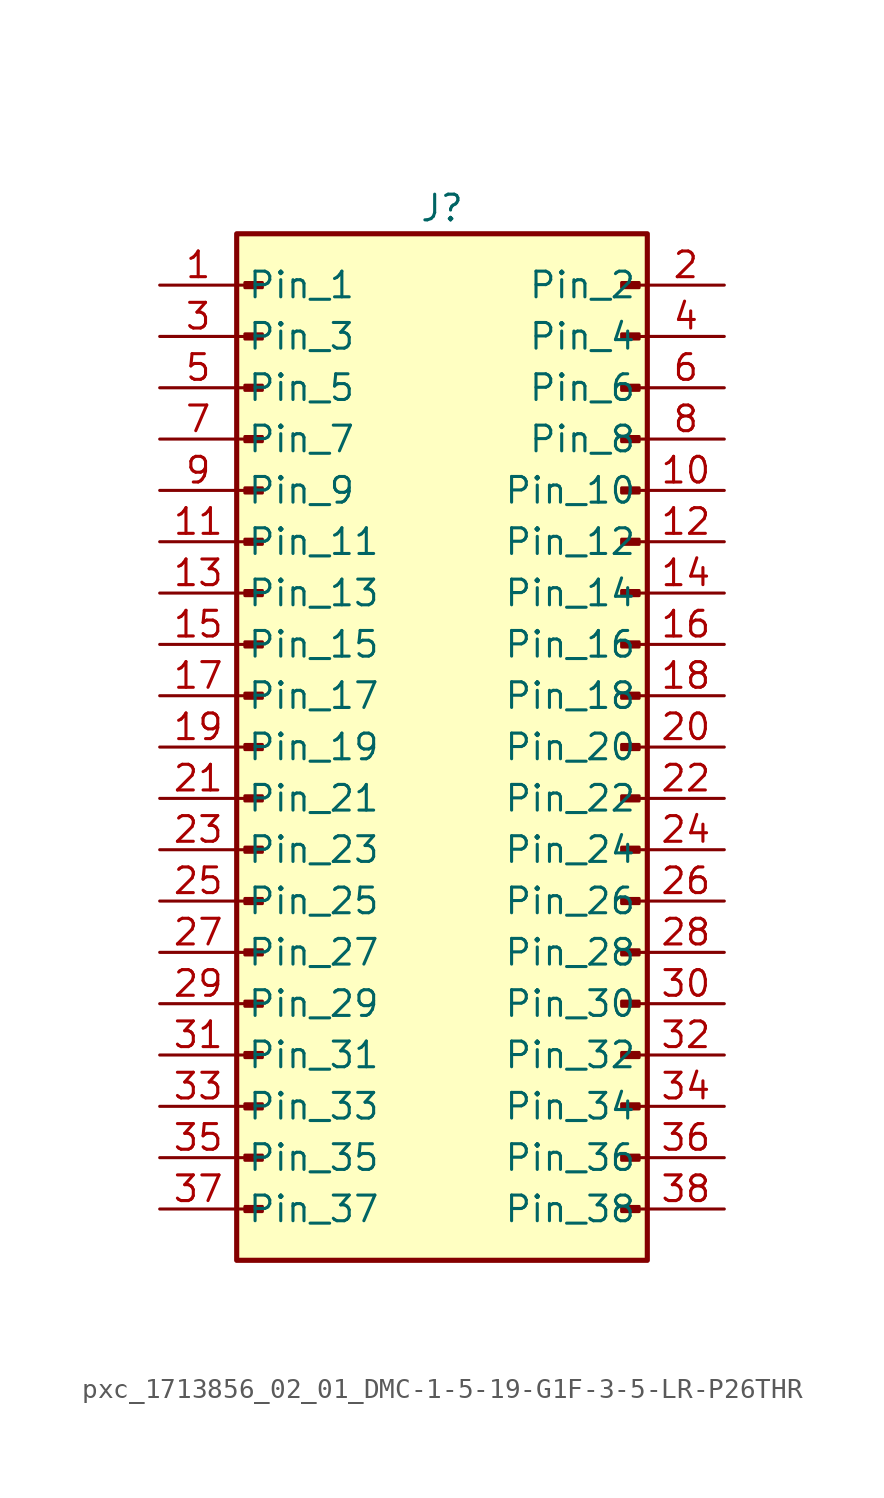
<source format=kicad_sym>
(kicad_symbol_lib
  (version 20241209)
  (generator "kicad_symbol_editor")
  (generator_version "9.0")
  (symbol "pxc_1713856_02_01_DMC-1-5-19-G1F-3-5-LR-P26THR"
    (property "Reference" "J"
      (at 0 0 0)
      (effects (font (size 1.27 1.27))))
    (property "Value" ""
      (at 0 0 0)
      (effects (font (size 1.27 1.27))))
    (symbol "pxc_1713856_02_01_DMC-1-5-19-G1F-3-5-LR-P26THR_0_1"
      (rectangle (start -10.16 -1.27) (end 10.16 -52.07) (stroke (width 0.254) (type default)) (fill (type background))))
    (symbol "pxc_1713856_02_01_DMC-1-5-19-G1F-3-5-LR-P26THR_1_1"
      (polyline (pts (xy -10.16 -3.81) (xy -9.754 -3.81)) (stroke (width 0.152) (type default)) (fill (type none)))
      (polyline (pts (xy -10.16 -6.35) (xy -9.754 -6.35)) (stroke (width 0.152) (type default)) (fill (type none)))
      (polyline (pts (xy -10.16 -8.89) (xy -9.754 -8.89)) (stroke (width 0.152) (type default)) (fill (type none)))
      (polyline (pts (xy -10.16 -11.43) (xy -9.754 -11.43)) (stroke (width 0.152) (type default)) (fill (type none)))
      (polyline (pts (xy -10.16 -13.97) (xy -9.754 -13.97)) (stroke (width 0.152) (type default)) (fill (type none)))
      (polyline (pts (xy -10.16 -16.51) (xy -9.754 -16.51)) (stroke (width 0.152) (type default)) (fill (type none)))
      (polyline (pts (xy -10.16 -19.05) (xy -9.754 -19.05)) (stroke (width 0.152) (type default)) (fill (type none)))
      (polyline (pts (xy -10.16 -21.59) (xy -9.754 -21.59)) (stroke (width 0.152) (type default)) (fill (type none)))
      (polyline (pts (xy -10.16 -24.13) (xy -9.754 -24.13)) (stroke (width 0.152) (type default)) (fill (type none)))
      (polyline (pts (xy -10.16 -26.67) (xy -9.754 -26.67)) (stroke (width 0.152) (type default)) (fill (type none)))
      (polyline (pts (xy -10.16 -29.21) (xy -9.754 -29.21)) (stroke (width 0.152) (type default)) (fill (type none)))
      (polyline (pts (xy -10.16 -31.75) (xy -9.754 -31.75)) (stroke (width 0.152) (type default)) (fill (type none)))
      (polyline (pts (xy -10.16 -34.29) (xy -9.754 -34.29)) (stroke (width 0.152) (type default)) (fill (type none)))
      (polyline (pts (xy -10.16 -36.83) (xy -9.754 -36.83)) (stroke (width 0.152) (type default)) (fill (type none)))
      (polyline (pts (xy -10.16 -39.37) (xy -9.754 -39.37)) (stroke (width 0.152) (type default)) (fill (type none)))
      (polyline (pts (xy -10.16 -41.91) (xy -9.754 -41.91)) (stroke (width 0.152) (type default)) (fill (type none)))
      (polyline (pts (xy -10.16 -44.45) (xy -9.754 -44.45)) (stroke (width 0.152) (type default)) (fill (type none)))
      (polyline (pts (xy -10.16 -46.99) (xy -9.754 -46.99)) (stroke (width 0.152) (type default)) (fill (type none)))
      (polyline (pts (xy -10.16 -49.53) (xy -9.754 -49.53)) (stroke (width 0.152) (type default)) (fill (type none)))
      (rectangle (start -9.754 -3.683) (end -8.89 -3.937) (stroke (width 0.152) (type default)) (fill (type outline)))
      (rectangle (start -9.754 -6.223) (end -8.89 -6.477) (stroke (width 0.152) (type default)) (fill (type outline)))
      (rectangle (start -9.754 -8.763) (end -8.89 -9.017) (stroke (width 0.152) (type default)) (fill (type outline)))
      (rectangle (start -9.754 -11.303) (end -8.89 -11.557) (stroke (width 0.152) (type default)) (fill (type outline)))
      (rectangle (start -9.754 -13.843) (end -8.89 -14.097) (stroke (width 0.152) (type default)) (fill (type outline)))
      (rectangle (start -9.754 -16.383) (end -8.89 -16.637) (stroke (width 0.152) (type default)) (fill (type outline)))
      (rectangle (start -9.754 -18.923) (end -8.89 -19.177) (stroke (width 0.152) (type default)) (fill (type outline)))
      (rectangle (start -9.754 -21.463) (end -8.89 -21.717) (stroke (width 0.152) (type default)) (fill (type outline)))
      (rectangle (start -9.754 -24.003) (end -8.89 -24.257) (stroke (width 0.152) (type default)) (fill (type outline)))
      (rectangle (start -9.754 -26.543) (end -8.89 -26.797) (stroke (width 0.152) (type default)) (fill (type outline)))
      (rectangle (start -9.754 -29.083) (end -8.89 -29.337) (stroke (width 0.152) (type default)) (fill (type outline)))
      (rectangle (start -9.754 -31.623) (end -8.89 -31.877) (stroke (width 0.152) (type default)) (fill (type outline)))
      (rectangle (start -9.754 -34.163) (end -8.89 -34.417) (stroke (width 0.152) (type default)) (fill (type outline)))
      (rectangle (start -9.754 -36.703) (end -8.89 -36.957) (stroke (width 0.152) (type default)) (fill (type outline)))
      (rectangle (start -9.754 -39.243) (end -8.89 -39.497) (stroke (width 0.152) (type default)) (fill (type outline)))
      (rectangle (start -9.754 -41.783) (end -8.89 -42.037) (stroke (width 0.152) (type default)) (fill (type outline)))
      (rectangle (start -9.754 -44.323) (end -8.89 -44.577) (stroke (width 0.152) (type default)) (fill (type outline)))
      (rectangle (start -9.754 -46.863) (end -8.89 -47.117) (stroke (width 0.152) (type default)) (fill (type outline)))
      (rectangle (start -9.754 -49.403) (end -8.89 -49.657) (stroke (width 0.152) (type default)) (fill (type outline)))
      (rectangle (start 9.754 -3.683) (end 8.89 -3.937) (stroke (width 0.152) (type default)) (fill (type outline)))
      (rectangle (start 9.754 -6.223) (end 8.89 -6.477) (stroke (width 0.152) (type default)) (fill (type outline)))
      (rectangle (start 9.754 -8.763) (end 8.89 -9.017) (stroke (width 0.152) (type default)) (fill (type outline)))
      (rectangle (start 9.754 -11.303) (end 8.89 -11.557) (stroke (width 0.152) (type default)) (fill (type outline)))
      (rectangle (start 9.754 -13.843) (end 8.89 -14.097) (stroke (width 0.152) (type default)) (fill (type outline)))
      (rectangle (start 9.754 -16.383) (end 8.89 -16.637) (stroke (width 0.152) (type default)) (fill (type outline)))
      (rectangle (start 9.754 -18.923) (end 8.89 -19.177) (stroke (width 0.152) (type default)) (fill (type outline)))
      (rectangle (start 9.754 -21.463) (end 8.89 -21.717) (stroke (width 0.152) (type default)) (fill (type outline)))
      (rectangle (start 9.754 -24.003) (end 8.89 -24.257) (stroke (width 0.152) (type default)) (fill (type outline)))
      (rectangle (start 9.754 -26.543) (end 8.89 -26.797) (stroke (width 0.152) (type default)) (fill (type outline)))
      (rectangle (start 9.754 -29.083) (end 8.89 -29.337) (stroke (width 0.152) (type default)) (fill (type outline)))
      (rectangle (start 9.754 -31.623) (end 8.89 -31.877) (stroke (width 0.152) (type default)) (fill (type outline)))
      (rectangle (start 9.754 -34.163) (end 8.89 -34.417) (stroke (width 0.152) (type default)) (fill (type outline)))
      (rectangle (start 9.754 -36.703) (end 8.89 -36.957) (stroke (width 0.152) (type default)) (fill (type outline)))
      (rectangle (start 9.754 -39.243) (end 8.89 -39.497) (stroke (width 0.152) (type default)) (fill (type outline)))
      (rectangle (start 9.754 -41.783) (end 8.89 -42.037) (stroke (width 0.152) (type default)) (fill (type outline)))
      (rectangle (start 9.754 -44.323) (end 8.89 -44.577) (stroke (width 0.152) (type default)) (fill (type outline)))
      (rectangle (start 9.754 -46.863) (end 8.89 -47.117) (stroke (width 0.152) (type default)) (fill (type outline)))
      (rectangle (start 9.754 -49.403) (end 8.89 -49.657) (stroke (width 0.152) (type default)) (fill (type outline)))
      (polyline (pts (xy 10.16 -3.81) (xy 9.754 -3.81)) (stroke (width 0.152) (type default)) (fill (type none)))
      (polyline (pts (xy 10.16 -6.35) (xy 9.754 -6.35)) (stroke (width 0.152) (type default)) (fill (type none)))
      (polyline (pts (xy 10.16 -8.89) (xy 9.754 -8.89)) (stroke (width 0.152) (type default)) (fill (type none)))
      (polyline (pts (xy 10.16 -11.43) (xy 9.754 -11.43)) (stroke (width 0.152) (type default)) (fill (type none)))
      (polyline (pts (xy 10.16 -13.97) (xy 9.754 -13.97)) (stroke (width 0.152) (type default)) (fill (type none)))
      (polyline (pts (xy 10.16 -16.51) (xy 9.754 -16.51)) (stroke (width 0.152) (type default)) (fill (type none)))
      (polyline (pts (xy 10.16 -19.05) (xy 9.754 -19.05)) (stroke (width 0.152) (type default)) (fill (type none)))
      (polyline (pts (xy 10.16 -21.59) (xy 9.754 -21.59)) (stroke (width 0.152) (type default)) (fill (type none)))
      (polyline (pts (xy 10.16 -24.13) (xy 9.754 -24.13)) (stroke (width 0.152) (type default)) (fill (type none)))
      (polyline (pts (xy 10.16 -26.67) (xy 9.754 -26.67)) (stroke (width 0.152) (type default)) (fill (type none)))
      (polyline (pts (xy 10.16 -29.21) (xy 9.754 -29.21)) (stroke (width 0.152) (type default)) (fill (type none)))
      (polyline (pts (xy 10.16 -31.75) (xy 9.754 -31.75)) (stroke (width 0.152) (type default)) (fill (type none)))
      (polyline (pts (xy 10.16 -34.29) (xy 9.754 -34.29)) (stroke (width 0.152) (type default)) (fill (type none)))
      (polyline (pts (xy 10.16 -36.83) (xy 9.754 -36.83)) (stroke (width 0.152) (type default)) (fill (type none)))
      (polyline (pts (xy 10.16 -39.37) (xy 9.754 -39.37)) (stroke (width 0.152) (type default)) (fill (type none)))
      (polyline (pts (xy 10.16 -41.91) (xy 9.754 -41.91)) (stroke (width 0.152) (type default)) (fill (type none)))
      (polyline (pts (xy 10.16 -44.45) (xy 9.754 -44.45)) (stroke (width 0.152) (type default)) (fill (type none)))
      (polyline (pts (xy 10.16 -46.99) (xy 9.754 -46.99)) (stroke (width 0.152) (type default)) (fill (type none)))
      (polyline (pts (xy 10.16 -49.53) (xy 9.754 -49.53)) (stroke (width 0.152) (type default)) (fill (type none)))
      (pin passive line (at -13.97 -3.81 0) (length 3.81) (name "Pin_1" (effects (font (size 1.27 1.27)))) (number "1" (effects (font (size 1.27 1.27)))))
      (pin passive line (at -13.97 -6.35 0) (length 3.81) (name "Pin_3" (effects (font (size 1.27 1.27)))) (number "3" (effects (font (size 1.27 1.27)))))
      (pin passive line (at -13.97 -8.89 0) (length 3.81) (name "Pin_5" (effects (font (size 1.27 1.27)))) (number "5" (effects (font (size 1.27 1.27)))))
      (pin passive line (at -13.97 -11.43 0) (length 3.81) (name "Pin_7" (effects (font (size 1.27 1.27)))) (number "7" (effects (font (size 1.27 1.27)))))
      (pin passive line (at -13.97 -13.97 0) (length 3.81) (name "Pin_9" (effects (font (size 1.27 1.27)))) (number "9" (effects (font (size 1.27 1.27)))))
      (pin passive line (at -13.97 -16.51 0) (length 3.81) (name "Pin_11" (effects (font (size 1.27 1.27)))) (number "11" (effects (font (size 1.27 1.27)))))
      (pin passive line (at -13.97 -19.05 0) (length 3.81) (name "Pin_13" (effects (font (size 1.27 1.27)))) (number "13" (effects (font (size 1.27 1.27)))))
      (pin passive line (at -13.97 -21.59 0) (length 3.81) (name "Pin_15" (effects (font (size 1.27 1.27)))) (number "15" (effects (font (size 1.27 1.27)))))
      (pin passive line (at -13.97 -24.13 0) (length 3.81) (name "Pin_17" (effects (font (size 1.27 1.27)))) (number "17" (effects (font (size 1.27 1.27)))))
      (pin passive line (at -13.97 -26.67 0) (length 3.81) (name "Pin_19" (effects (font (size 1.27 1.27)))) (number "19" (effects (font (size 1.27 1.27)))))
      (pin passive line (at -13.97 -29.21 0) (length 3.81) (name "Pin_21" (effects (font (size 1.27 1.27)))) (number "21" (effects (font (size 1.27 1.27)))))
      (pin passive line (at -13.97 -31.75 0) (length 3.81) (name "Pin_23" (effects (font (size 1.27 1.27)))) (number "23" (effects (font (size 1.27 1.27)))))
      (pin passive line (at -13.97 -34.29 0) (length 3.81) (name "Pin_25" (effects (font (size 1.27 1.27)))) (number "25" (effects (font (size 1.27 1.27)))))
      (pin passive line (at -13.97 -36.83 0) (length 3.81) (name "Pin_27" (effects (font (size 1.27 1.27)))) (number "27" (effects (font (size 1.27 1.27)))))
      (pin passive line (at -13.97 -39.37 0) (length 3.81) (name "Pin_29" (effects (font (size 1.27 1.27)))) (number "29" (effects (font (size 1.27 1.27)))))
      (pin passive line (at -13.97 -41.91 0) (length 3.81) (name "Pin_31" (effects (font (size 1.27 1.27)))) (number "31" (effects (font (size 1.27 1.27)))))
      (pin passive line (at -13.97 -44.45 0) (length 3.81) (name "Pin_33" (effects (font (size 1.27 1.27)))) (number "33" (effects (font (size 1.27 1.27)))))
      (pin passive line (at -13.97 -46.99 0) (length 3.81) (name "Pin_35" (effects (font (size 1.27 1.27)))) (number "35" (effects (font (size 1.27 1.27)))))
      (pin passive line (at -13.97 -49.53 0) (length 3.81) (name "Pin_37" (effects (font (size 1.27 1.27)))) (number "37" (effects (font (size 1.27 1.27)))))
      (pin passive line (at 13.97 -3.81 180) (length 3.81) (name "Pin_2" (effects (font (size 1.27 1.27)))) (number "2" (effects (font (size 1.27 1.27)))))
      (pin passive line (at 13.97 -6.35 180) (length 3.81) (name "Pin_4" (effects (font (size 1.27 1.27)))) (number "4" (effects (font (size 1.27 1.27)))))
      (pin passive line (at 13.97 -8.89 180) (length 3.81) (name "Pin_6" (effects (font (size 1.27 1.27)))) (number "6" (effects (font (size 1.27 1.27)))))
      (pin passive line (at 13.97 -11.43 180) (length 3.81) (name "Pin_8" (effects (font (size 1.27 1.27)))) (number "8" (effects (font (size 1.27 1.27)))))
      (pin passive line (at 13.97 -13.97 180) (length 3.81) (name "Pin_10" (effects (font (size 1.27 1.27)))) (number "10" (effects (font (size 1.27 1.27)))))
      (pin passive line (at 13.97 -16.51 180) (length 3.81) (name "Pin_12" (effects (font (size 1.27 1.27)))) (number "12" (effects (font (size 1.27 1.27)))))
      (pin passive line (at 13.97 -19.05 180) (length 3.81) (name "Pin_14" (effects (font (size 1.27 1.27)))) (number "14" (effects (font (size 1.27 1.27)))))
      (pin passive line (at 13.97 -21.59 180) (length 3.81) (name "Pin_16" (effects (font (size 1.27 1.27)))) (number "16" (effects (font (size 1.27 1.27)))))
      (pin passive line (at 13.97 -24.13 180) (length 3.81) (name "Pin_18" (effects (font (size 1.27 1.27)))) (number "18" (effects (font (size 1.27 1.27)))))
      (pin passive line (at 13.97 -26.67 180) (length 3.81) (name "Pin_20" (effects (font (size 1.27 1.27)))) (number "20" (effects (font (size 1.27 1.27)))))
      (pin passive line (at 13.97 -29.21 180) (length 3.81) (name "Pin_22" (effects (font (size 1.27 1.27)))) (number "22" (effects (font (size 1.27 1.27)))))
      (pin passive line (at 13.97 -31.75 180) (length 3.81) (name "Pin_24" (effects (font (size 1.27 1.27)))) (number "24" (effects (font (size 1.27 1.27)))))
      (pin passive line (at 13.97 -34.29 180) (length 3.81) (name "Pin_26" (effects (font (size 1.27 1.27)))) (number "26" (effects (font (size 1.27 1.27)))))
      (pin passive line (at 13.97 -36.83 180) (length 3.81) (name "Pin_28" (effects (font (size 1.27 1.27)))) (number "28" (effects (font (size 1.27 1.27)))))
      (pin passive line (at 13.97 -39.37 180) (length 3.81) (name "Pin_30" (effects (font (size 1.27 1.27)))) (number "30" (effects (font (size 1.27 1.27)))))
      (pin passive line (at 13.97 -41.91 180) (length 3.81) (name "Pin_32" (effects (font (size 1.27 1.27)))) (number "32" (effects (font (size 1.27 1.27)))))
      (pin passive line (at 13.97 -44.45 180) (length 3.81) (name "Pin_34" (effects (font (size 1.27 1.27)))) (number "34" (effects (font (size 1.27 1.27)))))
      (pin passive line (at 13.97 -46.99 180) (length 3.81) (name "Pin_36" (effects (font (size 1.27 1.27)))) (number "36" (effects (font (size 1.27 1.27)))))
      (pin passive line (at 13.97 -49.53 180) (length 3.81) (name "Pin_38" (effects (font (size 1.27 1.27)))) (number "38" (effects (font (size 1.27 1.27))))))))
</source>
